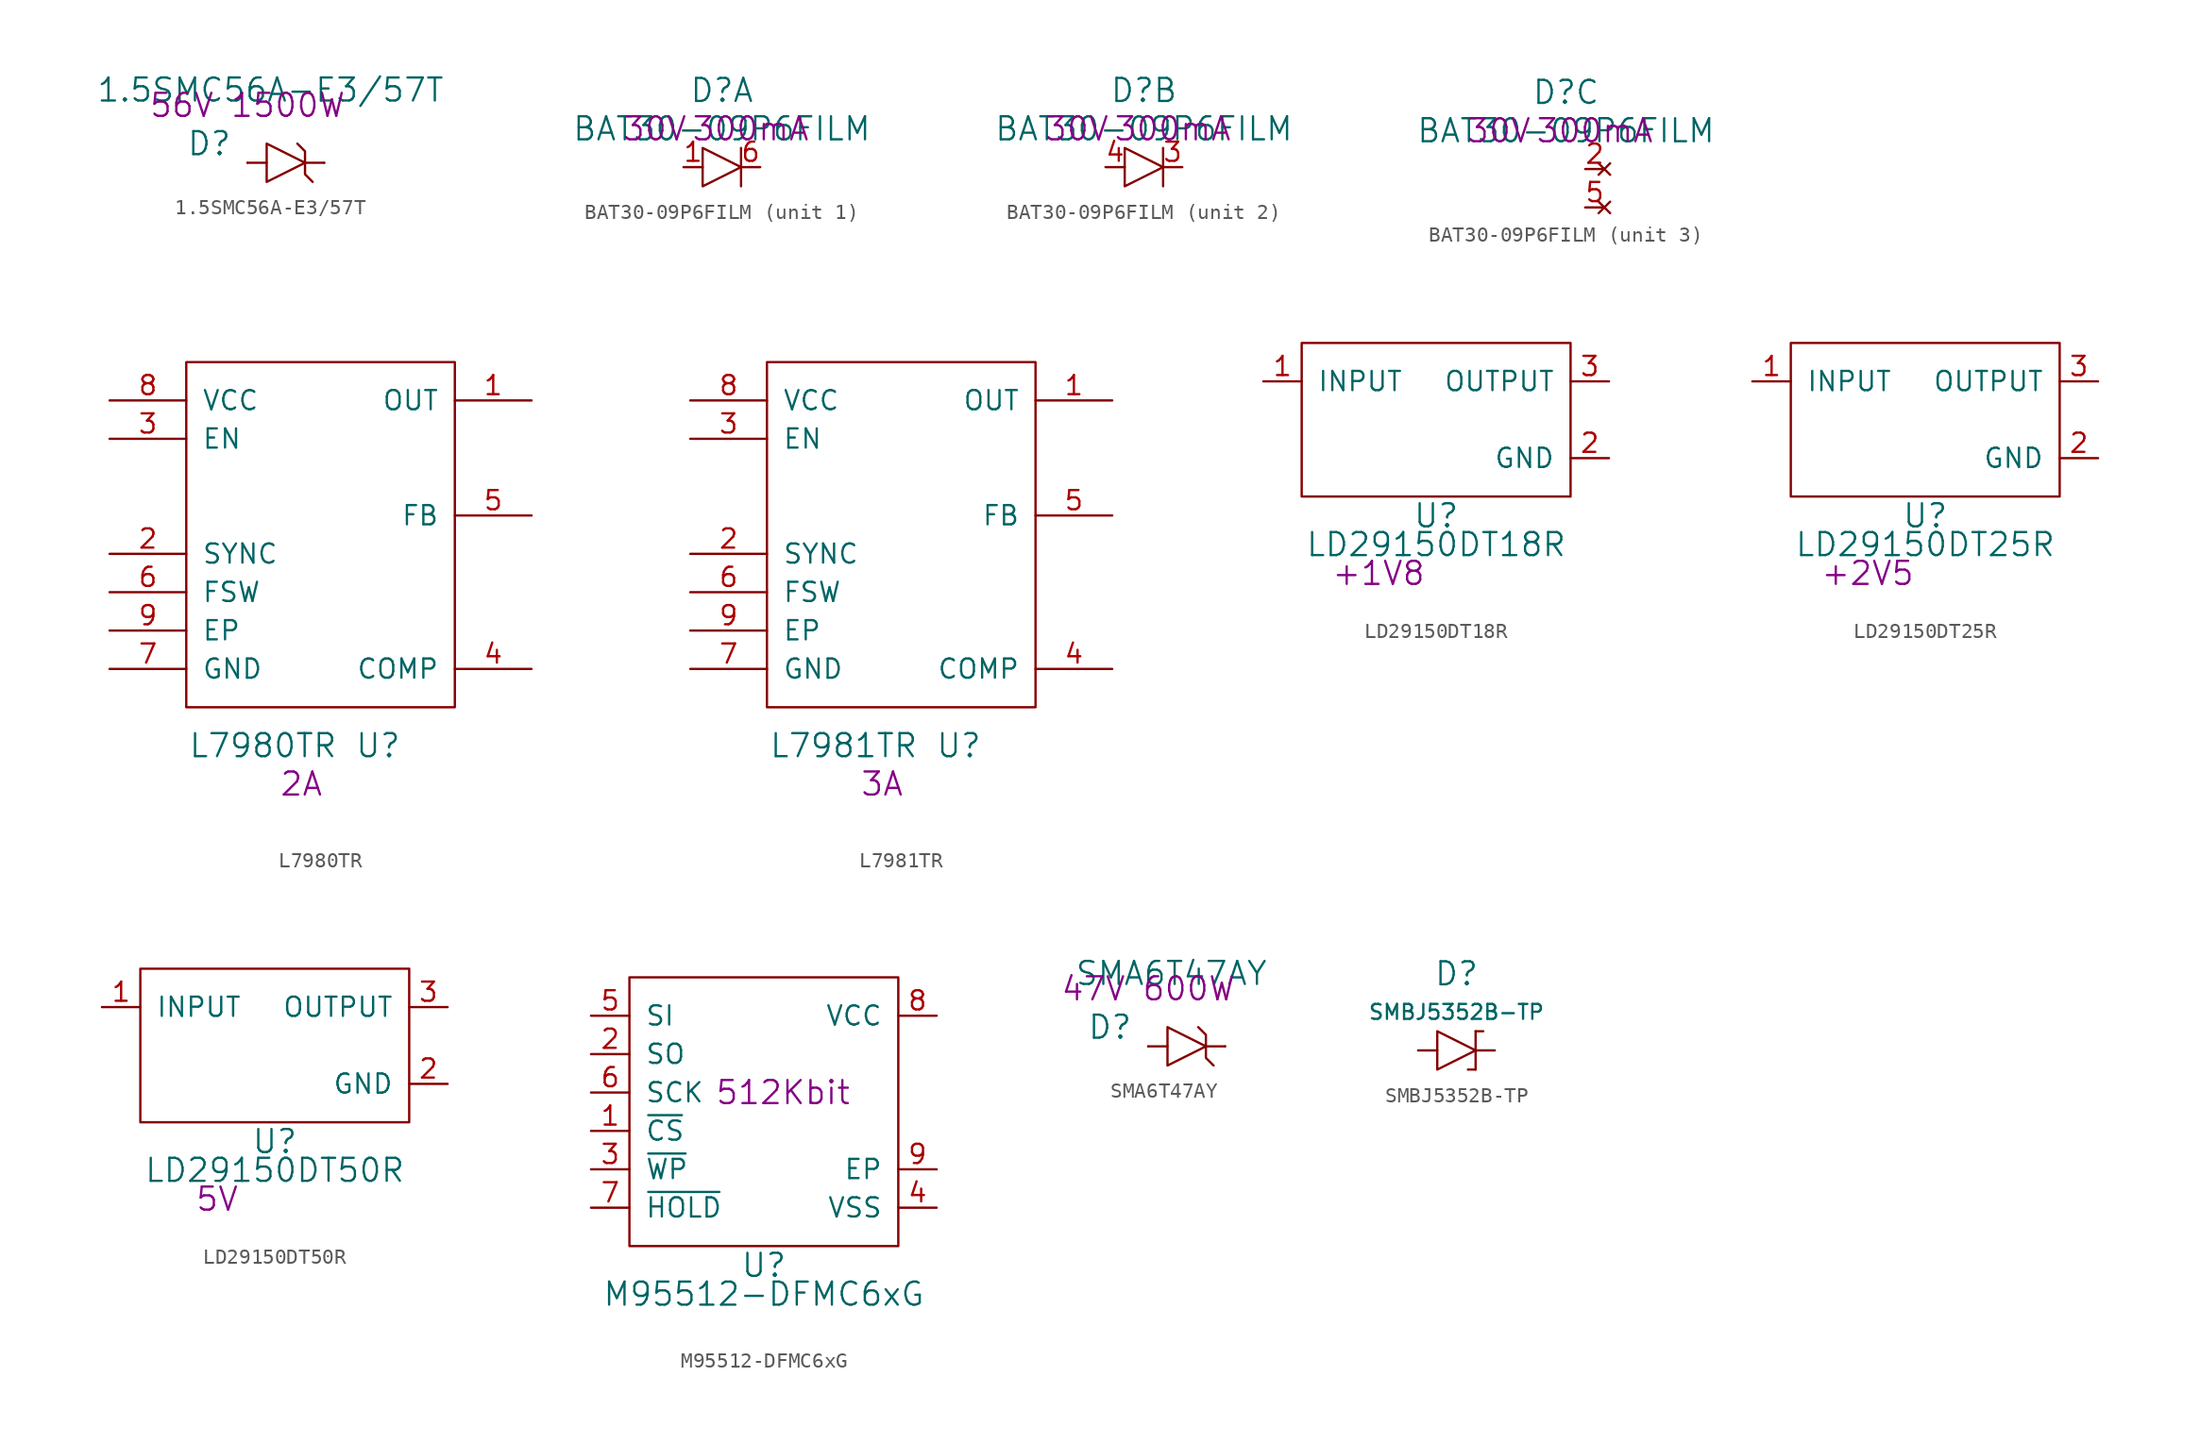
<source format=kicad_sym>
(kicad_symbol_lib
  (version 20220914)
  (generator kicad_symbol_editor)
  (symbol "1.5SMC56A-E3/57T"
    (pin_numbers hide)
    (pin_names
      (offset 1.016) hide)
    (property "Reference" "D"
      (at -5.08 1.27 0)
      (effects (font (size 1.524 1.524))))
    (property "Value" "1.5SMC56A-E3/57T"
      (at -1.016 4.826 0)
      (effects (font (size 1.524 1.524))))
    (property "Datasheet" ""
      (at -5.08 1.27 0)
      (effects (font (size 1.524 1.524))))
    (property "Rating" "56V 1500W"
      (at -2.54 3.81 0)
      (effects (font (size 1.524 1.524))))
    (symbol "1.5SMC56A-E3/57T_0_1"
      (polyline (pts (xy -2.54 0) (xy -1.27 0)) (stroke (width 0) (type solid)) (fill (type none)))
      (polyline (pts (xy 1.27 0) (xy 2.54 0)) (stroke (width 0) (type solid)) (fill (type none)))
      (polyline (pts (xy 0.762 1.27) (xy 1.27 0.762) (xy 1.27 -0.762) (xy 1.778 -1.27)) (stroke (width 0) (type solid)) (fill (type none)))
      (polyline (pts (xy -1.27 0) (xy -1.27 1.27) (xy 1.27 0) (xy -1.27 -1.27) (xy -1.27 0)) (stroke (width 0) (type solid)) (fill (type none))))
    (symbol "1.5SMC56A-E3/57T_1_1"
      (pin passive line (at -2.54 0 0) (length 0) (name "A" (effects (font (size 1.27 1.27)))) (number "A" (effects (font (size 1.27 1.27)))))
      (pin passive line (at 2.54 0 180) (length 0) (name "C" (effects (font (size 1.27 1.27)))) (number "C" (effects (font (size 1.27 1.27)))))))
  (symbol "BAT30-09P6FILM"
    (pin_names
      (offset 1.016) hide)
    (property "Reference" "D"
      (at 0 5.08 0)
      (effects (font (size 1.524 1.524))))
    (property "Value" "BAT30-09P6FILM"
      (at 0 2.54 0)
      (effects (font (size 1.524 1.524))))
    (property "Voltage" "30V"
      (at -4.445 2.54 0)
      (effects (font (size 1.524 1.524))))
    (property "Amps" "300mA"
      (at 1.905 2.54 0)
      (effects (font (size 1.524 1.524))))
    (property "ki_locked" ""
      (at 0 0 0)
      (effects (font (size 1.27 1.27))))
    (symbol "BAT30-09P6FILM_1_1"
      (polyline (pts (xy 1.27 1.27) (xy 1.27 -1.27)) (stroke (width 0) (type solid)) (fill (type none)))
      (polyline (pts (xy -1.27 1.27) (xy -1.27 -1.27) (xy 1.27 0) (xy -1.27 1.27)) (stroke (width 0) (type solid)) (fill (type none)))
      (pin passive line (at -2.54 0 0) (length 1.27) (name "A" (effects (font (size 1.27 1.27)))) (number "1" (effects (font (size 1.27 1.27)))))
      (pin passive line (at 2.54 0 180) (length 1.27) (name "K" (effects (font (size 1.27 1.27)))) (number "6" (effects (font (size 1.27 1.27))))))
    (symbol "BAT30-09P6FILM_2_1"
      (polyline (pts (xy 1.27 1.27) (xy 1.27 -1.27)) (stroke (width 0) (type solid)) (fill (type none)))
      (polyline (pts (xy -1.27 1.27) (xy -1.27 -1.27) (xy 1.27 0) (xy -1.27 1.27)) (stroke (width 0) (type solid)) (fill (type none)))
      (pin passive line (at 2.54 0 180) (length 1.27) (name "K" (effects (font (size 1.27 1.27)))) (number "3" (effects (font (size 1.27 1.27)))))
      (pin passive line (at -2.54 0 0) (length 1.27) (name "A" (effects (font (size 1.27 1.27)))) (number "4" (effects (font (size 1.27 1.27))))))
    (symbol "BAT30-09P6FILM_3_1"
      (pin no_connect line (at 2.54 0 180) (length 1.27) (name "NC" (effects (font (size 1.27 1.27)))) (number "2" (effects (font (size 1.27 1.27)))))
      (pin no_connect line (at 2.54 -2.54 180) (length 1.27) (name "NC" (effects (font (size 1.27 1.27)))) (number "5" (effects (font (size 1.27 1.27)))))))
  (symbol "L7980TR"
    (pin_names
      (offset 1.016))
    (property "Reference" "U"
      (at 12.7 -2.54 0)
      (effects (font (size 1.524 1.524))))
    (property "Value" "L7980TR"
      (at 5.08 -2.54 0)
      (effects (font (size 1.524 1.524))))
    (property "Rating" "2A"
      (at 7.62 -5.08 0)
      (effects (font (size 1.524 1.524))))
    (symbol "L7980TR_0_1"
      (rectangle (start 0 22.86) (end 17.78 0) (stroke (width 0) (type solid)) (fill (type none))))
    (symbol "L7980TR_1_1"
      (pin power_out line (at 22.86 20.32 180) (length 5.08) (name "OUT" (effects (font (size 1.27 1.27)))) (number "1" (effects (font (size 1.27 1.27)))))
      (pin bidirectional line (at -5.08 10.16 0) (length 5.08) (name "SYNC" (effects (font (size 1.27 1.27)))) (number "2" (effects (font (size 1.27 1.27)))))
      (pin input line (at -5.08 17.78 0) (length 5.08) (name "EN" (effects (font (size 1.27 1.27)))) (number "3" (effects (font (size 1.27 1.27)))))
      (pin passive line (at 22.86 2.54 180) (length 5.08) (name "COMP" (effects (font (size 1.27 1.27)))) (number "4" (effects (font (size 1.27 1.27)))))
      (pin input line (at 22.86 12.7 180) (length 5.08) (name "FB" (effects (font (size 1.27 1.27)))) (number "5" (effects (font (size 1.27 1.27)))))
      (pin passive line (at -5.08 7.62 0) (length 5.08) (name "FSW" (effects (font (size 1.27 1.27)))) (number "6" (effects (font (size 1.27 1.27)))))
      (pin power_in line (at -5.08 2.54 0) (length 5.08) (name "GND" (effects (font (size 1.27 1.27)))) (number "7" (effects (font (size 1.27 1.27)))))
      (pin power_in line (at -5.08 20.32 0) (length 5.08) (name "VCC" (effects (font (size 1.27 1.27)))) (number "8" (effects (font (size 1.27 1.27)))))
      (pin passive line (at -5.08 5.08 0) (length 5.08) (name "EP" (effects (font (size 1.27 1.27)))) (number "9" (effects (font (size 1.27 1.27)))))))
  (symbol "L7981TR"
    (pin_names
      (offset 1.016))
    (property "Reference" "U"
      (at 12.7 -2.54 0)
      (effects (font (size 1.524 1.524))))
    (property "Value" "L7981TR"
      (at 5.08 -2.54 0)
      (effects (font (size 1.524 1.524))))
    (property "Rating" "3A"
      (at 7.62 -5.08 0)
      (effects (font (size 1.524 1.524))))
    (symbol "L7981TR_0_1"
      (rectangle (start 0 22.86) (end 17.78 0) (stroke (width 0) (type solid)) (fill (type none))))
    (symbol "L7981TR_1_1"
      (pin power_out line (at 22.86 20.32 180) (length 5.08) (name "OUT" (effects (font (size 1.27 1.27)))) (number "1" (effects (font (size 1.27 1.27)))))
      (pin bidirectional line (at -5.08 10.16 0) (length 5.08) (name "SYNC" (effects (font (size 1.27 1.27)))) (number "2" (effects (font (size 1.27 1.27)))))
      (pin input line (at -5.08 17.78 0) (length 5.08) (name "EN" (effects (font (size 1.27 1.27)))) (number "3" (effects (font (size 1.27 1.27)))))
      (pin passive line (at 22.86 2.54 180) (length 5.08) (name "COMP" (effects (font (size 1.27 1.27)))) (number "4" (effects (font (size 1.27 1.27)))))
      (pin input line (at 22.86 12.7 180) (length 5.08) (name "FB" (effects (font (size 1.27 1.27)))) (number "5" (effects (font (size 1.27 1.27)))))
      (pin passive line (at -5.08 7.62 0) (length 5.08) (name "FSW" (effects (font (size 1.27 1.27)))) (number "6" (effects (font (size 1.27 1.27)))))
      (pin power_in line (at -5.08 2.54 0) (length 5.08) (name "GND" (effects (font (size 1.27 1.27)))) (number "7" (effects (font (size 1.27 1.27)))))
      (pin power_in line (at -5.08 20.32 0) (length 5.08) (name "VCC" (effects (font (size 1.27 1.27)))) (number "8" (effects (font (size 1.27 1.27)))))
      (pin passive line (at -5.08 5.08 0) (length 5.08) (name "EP" (effects (font (size 1.27 1.27)))) (number "9" (effects (font (size 1.27 1.27)))))))
  (symbol "LD29150DT18R"
    (pin_names
      (offset 1.016))
    (property "Reference" "U"
      (at 8.89 -1.27 0)
      (effects (font (size 1.524 1.524))))
    (property "Value" "LD29150DT18R"
      (at 8.89 -3.175 0)
      (effects (font (size 1.524 1.524))))
    (property "Vout" "+1V8"
      (at 5.08 -5.08 0)
      (effects (font (size 1.524 1.524))))
    (symbol "LD29150DT18R_1_1"
      (rectangle (start 0 10.16) (end 17.78 0) (stroke (width 0) (type solid)) (fill (type none)))
      (pin power_in line (at -2.54 7.62 0) (length 2.54) (name "INPUT" (effects (font (size 1.27 1.27)))) (number "1" (effects (font (size 1.27 1.27)))))
      (pin power_in line (at 20.32 2.54 180) (length 2.54) (name "GND" (effects (font (size 1.27 1.27)))) (number "2" (effects (font (size 1.27 1.27)))))
      (pin power_out line (at 20.32 7.62 180) (length 2.54) (name "OUTPUT" (effects (font (size 1.27 1.27)))) (number "3" (effects (font (size 1.27 1.27)))))))
  (symbol "LD29150DT25R"
    (pin_names
      (offset 1.016))
    (property "Reference" "U"
      (at 8.89 -1.27 0)
      (effects (font (size 1.524 1.524))))
    (property "Value" "LD29150DT25R"
      (at 8.89 -3.175 0)
      (effects (font (size 1.524 1.524))))
    (property "Vout" "+2V5"
      (at 5.08 -5.08 0)
      (effects (font (size 1.524 1.524))))
    (symbol "LD29150DT25R_1_1"
      (rectangle (start 0 10.16) (end 17.78 0) (stroke (width 0) (type solid)) (fill (type none)))
      (pin power_in line (at -2.54 7.62 0) (length 2.54) (name "INPUT" (effects (font (size 1.27 1.27)))) (number "1" (effects (font (size 1.27 1.27)))))
      (pin power_in line (at 20.32 2.54 180) (length 2.54) (name "GND" (effects (font (size 1.27 1.27)))) (number "2" (effects (font (size 1.27 1.27)))))
      (pin power_out line (at 20.32 7.62 180) (length 2.54) (name "OUTPUT" (effects (font (size 1.27 1.27)))) (number "3" (effects (font (size 1.27 1.27)))))))
  (symbol "LD29150DT50R"
    (pin_names
      (offset 1.016))
    (property "Reference" "U"
      (at 8.89 -1.27 0)
      (effects (font (size 1.524 1.524))))
    (property "Value" "LD29150DT50R"
      (at 8.89 -3.175 0)
      (effects (font (size 1.524 1.524))))
    (property "Vout" "5V"
      (at 5.08 -5.08 0)
      (effects (font (size 1.524 1.524))))
    (symbol "LD29150DT50R_1_1"
      (rectangle (start 0 10.16) (end 17.78 0) (stroke (width 0) (type solid)) (fill (type none)))
      (pin power_in line (at -2.54 7.62 0) (length 2.54) (name "INPUT" (effects (font (size 1.27 1.27)))) (number "1" (effects (font (size 1.27 1.27)))))
      (pin power_in line (at 20.32 2.54 180) (length 2.54) (name "GND" (effects (font (size 1.27 1.27)))) (number "2" (effects (font (size 1.27 1.27)))))
      (pin power_out line (at 20.32 7.62 180) (length 2.54) (name "OUTPUT" (effects (font (size 1.27 1.27)))) (number "3" (effects (font (size 1.27 1.27)))))))
  (symbol "M95512-DFMC6xG"
    (pin_names
      (offset 1.016))
    (property "Reference" "U"
      (at 8.89 -1.27 0)
      (effects (font (size 1.524 1.524))))
    (property "Value" "M95512-DFMC6xG"
      (at 8.89 -3.175 0)
      (effects (font (size 1.524 1.524))))
    (property "Rating" "512Kbit"
      (at 10.16 10.16 0)
      (effects (font (size 1.524 1.524))))
    (symbol "M95512-DFMC6xG_1_1"
      (rectangle (start 0 17.78) (end 17.78 0) (stroke (width 0) (type solid)) (fill (type none)))
      (pin input line (at -2.54 7.62 0) (length 2.54) (name "~{CS}" (effects (font (size 1.27 1.27)))) (number "1" (effects (font (size 1.27 1.27)))))
      (pin output line (at -2.54 12.7 0) (length 2.54) (name "SO" (effects (font (size 1.27 1.27)))) (number "2" (effects (font (size 1.27 1.27)))))
      (pin input line (at -2.54 5.08 0) (length 2.54) (name "~{WP}" (effects (font (size 1.27 1.27)))) (number "3" (effects (font (size 1.27 1.27)))))
      (pin power_in line (at 20.32 2.54 180) (length 2.54) (name "VSS" (effects (font (size 1.27 1.27)))) (number "4" (effects (font (size 1.27 1.27)))))
      (pin input line (at -2.54 15.24 0) (length 2.54) (name "SI" (effects (font (size 1.27 1.27)))) (number "5" (effects (font (size 1.27 1.27)))))
      (pin input line (at -2.54 10.16 0) (length 2.54) (name "SCK" (effects (font (size 1.27 1.27)))) (number "6" (effects (font (size 1.27 1.27)))))
      (pin input line (at -2.54 2.54 0) (length 2.54) (name "~{HOLD}" (effects (font (size 1.27 1.27)))) (number "7" (effects (font (size 1.27 1.27)))))
      (pin power_in line (at 20.32 15.24 180) (length 2.54) (name "VCC" (effects (font (size 1.27 1.27)))) (number "8" (effects (font (size 1.27 1.27)))))
      (pin power_in line (at 20.32 5.08 180) (length 2.54) (name "EP" (effects (font (size 1.27 1.27)))) (number "9" (effects (font (size 1.27 1.27)))))))
  (symbol "SMA6T47AY"
    (pin_numbers hide)
    (pin_names
      (offset 1.016) hide)
    (property "Reference" "D"
      (at -5.08 1.27 0)
      (effects (font (size 1.524 1.524))))
    (property "Value" "SMA6T47AY"
      (at -1.016 4.826 0)
      (effects (font (size 1.524 1.524))))
    (property "Datasheet" ""
      (at -5.08 1.27 0)
      (effects (font (size 1.524 1.524))))
    (property "Rating" "47V 600W"
      (at -2.54 3.81 0)
      (effects (font (size 1.524 1.524))))
    (symbol "SMA6T47AY_0_1"
      (polyline (pts (xy -2.54 0) (xy -1.27 0)) (stroke (width 0) (type solid)) (fill (type none)))
      (polyline (pts (xy 1.27 0) (xy 2.54 0)) (stroke (width 0) (type solid)) (fill (type none)))
      (polyline (pts (xy 0.762 1.27) (xy 1.27 0.762) (xy 1.27 -0.762) (xy 1.778 -1.27)) (stroke (width 0) (type solid)) (fill (type none)))
      (polyline (pts (xy -1.27 0) (xy -1.27 1.27) (xy 1.27 0) (xy -1.27 -1.27) (xy -1.27 0)) (stroke (width 0) (type solid)) (fill (type none))))
    (symbol "SMA6T47AY_1_1"
      (pin passive line (at -2.54 0 0) (length 0) (name "A" (effects (font (size 1.27 1.27)))) (number "A" (effects (font (size 1.27 1.27)))))
      (pin passive line (at 2.54 0 180) (length 0) (name "C" (effects (font (size 1.27 1.27)))) (number "C" (effects (font (size 1.27 1.27)))))))
  (symbol "SMBJ5352B-TP"
    (pin_numbers hide)
    (pin_names
      (offset 1.016) hide)
    (property "Reference" "D"
      (at 0 5.08 0)
      (effects (font (size 1.524 1.524))))
    (property "Value" "SMBJ5352B-TP"
      (at 0 2.54 0)
      (effects (font (size 0.991 0.991))))
    (property "Footprint" ""
      (at 0 0 0)
      (effects (font (size 1.524 1.524))))
    (property "Datasheet" ""
      (at 0 0 0)
      (effects (font (size 1.524 1.524))))
    (symbol "SMBJ5352B-TP_0_1"
      (polyline (pts (xy 0.762 -1.27) (xy 1.27 -1.27)) (stroke (width 0) (type solid)) (fill (type none)))
      (polyline (pts (xy 1.27 1.27) (xy 1.27 -1.27)) (stroke (width 0) (type solid)) (fill (type none)))
      (polyline (pts (xy 1.778 1.27) (xy 1.27 1.27)) (stroke (width 0) (type solid)) (fill (type none)))
      (polyline (pts (xy -1.27 0) (xy -1.27 1.27) (xy 1.27 0) (xy -1.27 -1.27) (xy -1.27 0)) (stroke (width 0) (type solid)) (fill (type none))))
    (symbol "SMBJ5352B-TP_1_1"
      (pin input line (at -2.54 0 0) (length 1.27) (name "A" (effects (font (size 1.27 1.27)))) (number "A" (effects (font (size 1.27 1.27)))))
      (pin input line (at 2.54 0 180) (length 1.27) (name "C" (effects (font (size 1.27 1.27)))) (number "C" (effects (font (size 1.27 1.27))))))))
</source>
